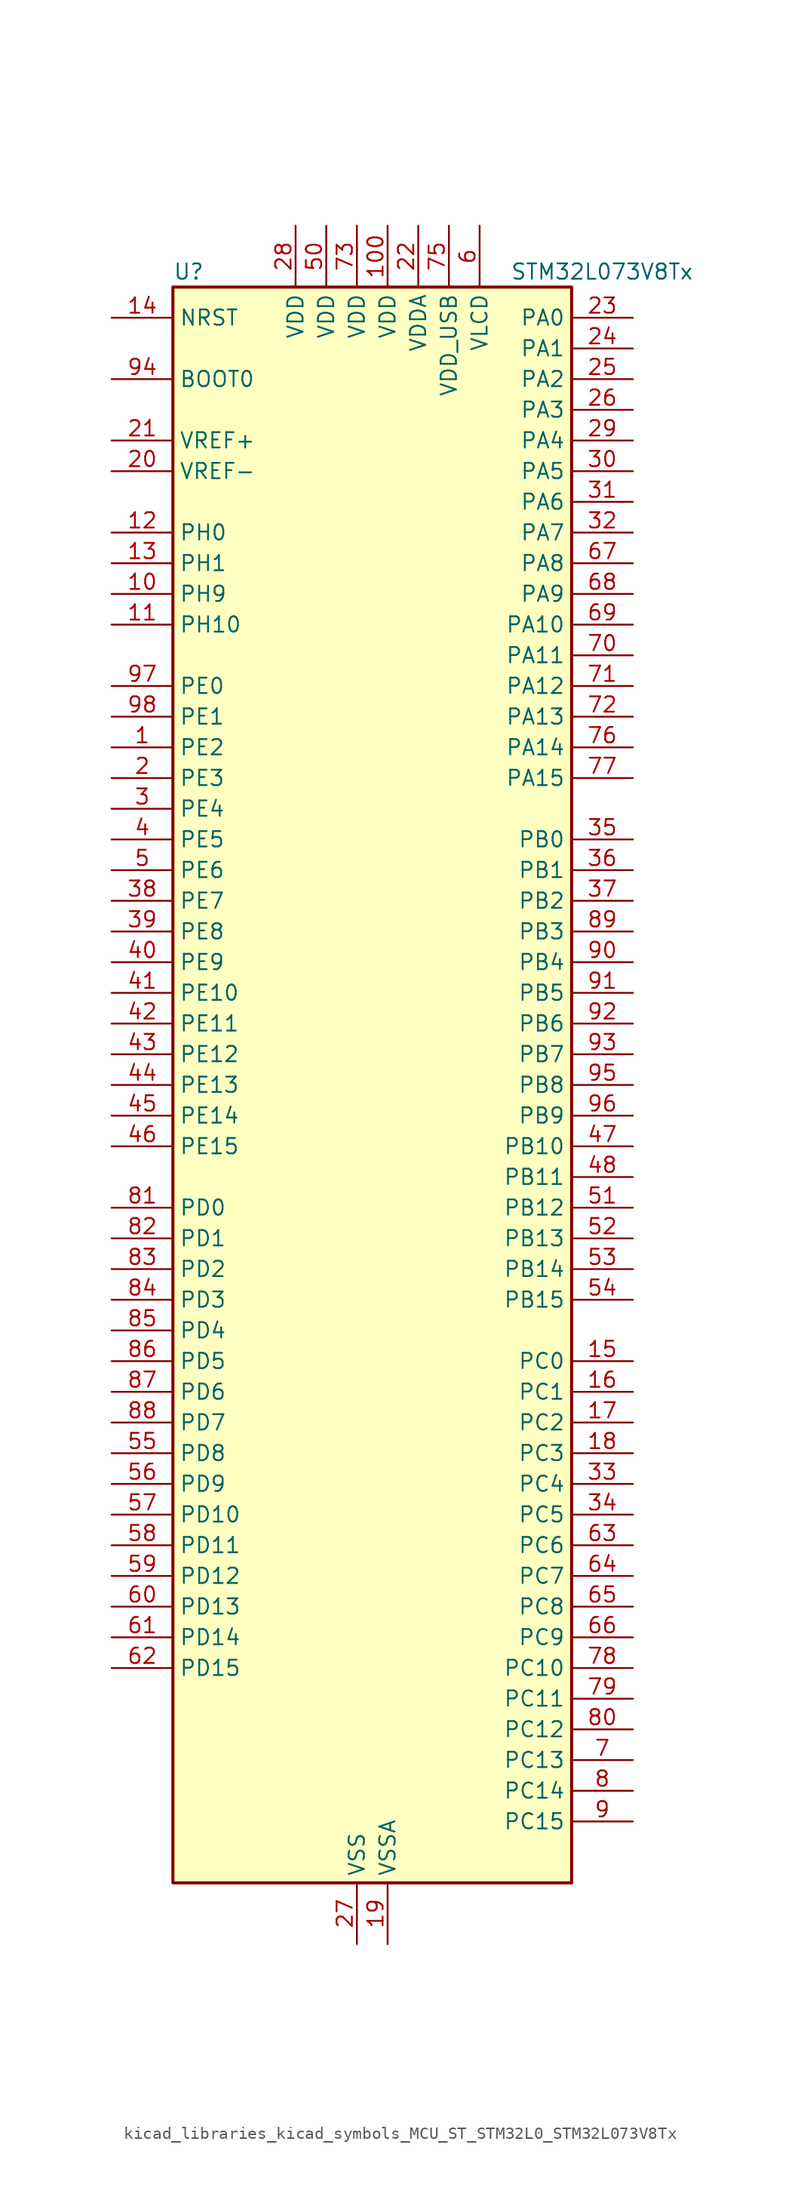
<source format=kicad_sym>
(kicad_symbol_lib
  (version 20220914)
  (generator kicad_symbol_editor)
  (symbol "kicad_libraries_kicad_symbols_MCU_ST_STM32L0_STM32L073V8Tx"
    (property "Reference" "U"
      (at -15.24 67.31 0)
      (effects (font (size 1.27 1.27)) (justify left)))
    (property "Value" "STM32L073V8Tx"
      (at 12.7 67.31 0)
      (effects (font (size 1.27 1.27)) (justify left)))
    (property "ki_locked" ""
      (at 0 0 0)
      (effects (font (size 1.27 1.27))))
    (symbol "kicad_libraries_kicad_symbols_MCU_ST_STM32L0_STM32L073V8Tx_0_1"
      (rectangle (start -15.24 -66.04) (end 17.78 66.04) (stroke (width 0.254) (type default)) (fill (type background))))
    (symbol "kicad_libraries_kicad_symbols_MCU_ST_STM32L0_STM32L073V8Tx_1_1"
      (pin bidirectional line (at -20.32 27.94 0) (length 5.08) (name "PE2" (effects (font (size 1.27 1.27)))) (number "1" (effects (font (size 1.27 1.27)))) (alternate "LCD_SEG38" bidirectional line) (alternate "TIM3_ETR" bidirectional line))
      (pin bidirectional line (at -20.32 40.64 0) (length 5.08) (name "PH9" (effects (font (size 1.27 1.27)))) (number "10" (effects (font (size 1.27 1.27)))) (alternate "DAC_EXTI9" bidirectional line))
      (pin power_in line (at 2.54 71.12 270) (length 5.08) (name "VDD" (effects (font (size 1.27 1.27)))) (number "100" (effects (font (size 1.27 1.27)))))
      (pin bidirectional line (at -20.32 38.1 0) (length 5.08) (name "PH10" (effects (font (size 1.27 1.27)))) (number "11" (effects (font (size 1.27 1.27)))))
      (pin bidirectional line (at -20.32 45.72 0) (length 5.08) (name "PH0" (effects (font (size 1.27 1.27)))) (number "12" (effects (font (size 1.27 1.27)))) (alternate "CRS_SYNC" bidirectional line) (alternate "RCC_OSC_IN" bidirectional line))
      (pin bidirectional line (at -20.32 43.18 0) (length 5.08) (name "PH1" (effects (font (size 1.27 1.27)))) (number "13" (effects (font (size 1.27 1.27)))) (alternate "RCC_OSC_OUT" bidirectional line))
      (pin input line (at -20.32 63.5 0) (length 5.08) (name "NRST" (effects (font (size 1.27 1.27)))) (number "14" (effects (font (size 1.27 1.27)))))
      (pin bidirectional line (at 22.86 -22.86 180) (length 5.08) (name "PC0" (effects (font (size 1.27 1.27)))) (number "15" (effects (font (size 1.27 1.27)))) (alternate "ADC_IN10" bidirectional line) (alternate "I2C3_SCL" bidirectional line) (alternate "LCD_SEG18" bidirectional line) (alternate "LPTIM1_IN1" bidirectional line) (alternate "LPUART1_RX" bidirectional line) (alternate "TSC_G7_IO1" bidirectional line))
      (pin bidirectional line (at 22.86 -25.4 180) (length 5.08) (name "PC1" (effects (font (size 1.27 1.27)))) (number "16" (effects (font (size 1.27 1.27)))) (alternate "ADC_IN11" bidirectional line) (alternate "I2C3_SDA" bidirectional line) (alternate "LCD_SEG19" bidirectional line) (alternate "LPTIM1_OUT" bidirectional line) (alternate "LPUART1_TX" bidirectional line) (alternate "TSC_G7_IO2" bidirectional line))
      (pin bidirectional line (at 22.86 -27.94 180) (length 5.08) (name "PC2" (effects (font (size 1.27 1.27)))) (number "17" (effects (font (size 1.27 1.27)))) (alternate "ADC_IN12" bidirectional line) (alternate "I2S2_MCK" bidirectional line) (alternate "LCD_SEG20" bidirectional line) (alternate "LPTIM1_IN2" bidirectional line) (alternate "SPI2_MISO" bidirectional line) (alternate "TSC_G7_IO3" bidirectional line))
      (pin bidirectional line (at 22.86 -30.48 180) (length 5.08) (name "PC3" (effects (font (size 1.27 1.27)))) (number "18" (effects (font (size 1.27 1.27)))) (alternate "ADC_IN13" bidirectional line) (alternate "I2S2_SD" bidirectional line) (alternate "LCD_SEG21" bidirectional line) (alternate "LPTIM1_ETR" bidirectional line) (alternate "SPI2_MOSI" bidirectional line) (alternate "TSC_G7_IO4" bidirectional line))
      (pin power_in line (at 2.54 -71.12 90) (length 5.08) (name "VSSA" (effects (font (size 1.27 1.27)))) (number "19" (effects (font (size 1.27 1.27)))))
      (pin bidirectional line (at -20.32 25.4 0) (length 5.08) (name "PE3" (effects (font (size 1.27 1.27)))) (number "2" (effects (font (size 1.27 1.27)))) (alternate "LCD_SEG39" bidirectional line) (alternate "TIM22_CH1" bidirectional line) (alternate "TIM3_CH1" bidirectional line))
      (pin input line (at -20.32 50.8 0) (length 5.08) (name "VREF-" (effects (font (size 1.27 1.27)))) (number "20" (effects (font (size 1.27 1.27)))))
      (pin input line (at -20.32 53.34 0) (length 5.08) (name "VREF+" (effects (font (size 1.27 1.27)))) (number "21" (effects (font (size 1.27 1.27)))))
      (pin power_in line (at 5.08 71.12 270) (length 5.08) (name "VDDA" (effects (font (size 1.27 1.27)))) (number "22" (effects (font (size 1.27 1.27)))))
      (pin bidirectional line (at 22.86 63.5 180) (length 5.08) (name "PA0" (effects (font (size 1.27 1.27)))) (number "23" (effects (font (size 1.27 1.27)))) (alternate "ADC_IN0" bidirectional line) (alternate "COMP1_INM" bidirectional line) (alternate "COMP1_OUT" bidirectional line) (alternate "RTC_TAMP2" bidirectional line) (alternate "SYS_WKUP1" bidirectional line) (alternate "TIM2_CH1" bidirectional line) (alternate "TIM2_ETR" bidirectional line) (alternate "TSC_G1_IO1" bidirectional line) (alternate "USART2_CTS" bidirectional line) (alternate "USART4_TX" bidirectional line))
      (pin bidirectional line (at 22.86 60.96 180) (length 5.08) (name "PA1" (effects (font (size 1.27 1.27)))) (number "24" (effects (font (size 1.27 1.27)))) (alternate "ADC_IN1" bidirectional line) (alternate "COMP1_INP" bidirectional line) (alternate "LCD_SEG0" bidirectional line) (alternate "TIM21_ETR" bidirectional line) (alternate "TIM2_CH2" bidirectional line) (alternate "TSC_G1_IO2" bidirectional line) (alternate "USART2_DE" bidirectional line) (alternate "USART2_RTS" bidirectional line) (alternate "USART4_RX" bidirectional line))
      (pin bidirectional line (at 22.86 58.42 180) (length 5.08) (name "PA2" (effects (font (size 1.27 1.27)))) (number "25" (effects (font (size 1.27 1.27)))) (alternate "ADC_IN2" bidirectional line) (alternate "COMP2_INM" bidirectional line) (alternate "COMP2_OUT" bidirectional line) (alternate "LCD_SEG1" bidirectional line) (alternate "LPUART1_TX" bidirectional line) (alternate "TIM21_CH1" bidirectional line) (alternate "TIM2_CH3" bidirectional line) (alternate "TSC_G1_IO3" bidirectional line) (alternate "USART2_TX" bidirectional line))
      (pin bidirectional line (at 22.86 55.88 180) (length 5.08) (name "PA3" (effects (font (size 1.27 1.27)))) (number "26" (effects (font (size 1.27 1.27)))) (alternate "ADC_IN3" bidirectional line) (alternate "COMP2_INP" bidirectional line) (alternate "LCD_SEG2" bidirectional line) (alternate "LPUART1_RX" bidirectional line) (alternate "TIM21_CH2" bidirectional line) (alternate "TIM2_CH4" bidirectional line) (alternate "TSC_G1_IO4" bidirectional line) (alternate "USART2_RX" bidirectional line))
      (pin power_in line (at 0 -71.12 90) (length 5.08) (name "VSS" (effects (font (size 1.27 1.27)))) (number "27" (effects (font (size 1.27 1.27)))))
      (pin power_in line (at -5.08 71.12 270) (length 5.08) (name "VDD" (effects (font (size 1.27 1.27)))) (number "28" (effects (font (size 1.27 1.27)))))
      (pin bidirectional line (at 22.86 53.34 180) (length 5.08) (name "PA4" (effects (font (size 1.27 1.27)))) (number "29" (effects (font (size 1.27 1.27)))) (alternate "ADC_IN4" bidirectional line) (alternate "COMP1_INM" bidirectional line) (alternate "COMP2_INM" bidirectional line) (alternate "DAC_OUT1" bidirectional line) (alternate "SPI1_NSS" bidirectional line) (alternate "TIM22_ETR" bidirectional line) (alternate "TSC_G2_IO1" bidirectional line) (alternate "USART2_CK" bidirectional line))
      (pin bidirectional line (at -20.32 22.86 0) (length 5.08) (name "PE4" (effects (font (size 1.27 1.27)))) (number "3" (effects (font (size 1.27 1.27)))) (alternate "TIM22_CH2" bidirectional line) (alternate "TIM3_CH2" bidirectional line))
      (pin bidirectional line (at 22.86 50.8 180) (length 5.08) (name "PA5" (effects (font (size 1.27 1.27)))) (number "30" (effects (font (size 1.27 1.27)))) (alternate "ADC_IN5" bidirectional line) (alternate "COMP1_INM" bidirectional line) (alternate "COMP2_INM" bidirectional line) (alternate "DAC_OUT2" bidirectional line) (alternate "SPI1_SCK" bidirectional line) (alternate "TIM2_CH1" bidirectional line) (alternate "TIM2_ETR" bidirectional line) (alternate "TSC_G2_IO2" bidirectional line))
      (pin bidirectional line (at 22.86 48.26 180) (length 5.08) (name "PA6" (effects (font (size 1.27 1.27)))) (number "31" (effects (font (size 1.27 1.27)))) (alternate "ADC_IN6" bidirectional line) (alternate "COMP1_OUT" bidirectional line) (alternate "LCD_SEG3" bidirectional line) (alternate "LPUART1_CTS" bidirectional line) (alternate "SPI1_MISO" bidirectional line) (alternate "TIM22_CH1" bidirectional line) (alternate "TIM3_CH1" bidirectional line) (alternate "TSC_G2_IO3" bidirectional line))
      (pin bidirectional line (at 22.86 45.72 180) (length 5.08) (name "PA7" (effects (font (size 1.27 1.27)))) (number "32" (effects (font (size 1.27 1.27)))) (alternate "ADC_IN7" bidirectional line) (alternate "COMP2_OUT" bidirectional line) (alternate "LCD_SEG4" bidirectional line) (alternate "SPI1_MOSI" bidirectional line) (alternate "TIM22_CH2" bidirectional line) (alternate "TIM3_CH2" bidirectional line) (alternate "TSC_G2_IO4" bidirectional line))
      (pin bidirectional line (at 22.86 -33.02 180) (length 5.08) (name "PC4" (effects (font (size 1.27 1.27)))) (number "33" (effects (font (size 1.27 1.27)))) (alternate "ADC_IN14" bidirectional line) (alternate "LCD_SEG22" bidirectional line) (alternate "LPUART1_TX" bidirectional line))
      (pin bidirectional line (at 22.86 -35.56 180) (length 5.08) (name "PC5" (effects (font (size 1.27 1.27)))) (number "34" (effects (font (size 1.27 1.27)))) (alternate "ADC_IN15" bidirectional line) (alternate "LCD_SEG23" bidirectional line) (alternate "LPUART1_RX" bidirectional line) (alternate "TSC_G3_IO1" bidirectional line))
      (pin bidirectional line (at 22.86 20.32 180) (length 5.08) (name "PB0" (effects (font (size 1.27 1.27)))) (number "35" (effects (font (size 1.27 1.27)))) (alternate "ADC_IN8" bidirectional line) (alternate "LCD_SEG5" bidirectional line) (alternate "LCD_VLCD3" bidirectional line) (alternate "SYS_VREF_OUT_PB0" bidirectional line) (alternate "TIM3_CH3" bidirectional line) (alternate "TSC_G3_IO2" bidirectional line))
      (pin bidirectional line (at 22.86 17.78 180) (length 5.08) (name "PB1" (effects (font (size 1.27 1.27)))) (number "36" (effects (font (size 1.27 1.27)))) (alternate "ADC_IN9" bidirectional line) (alternate "LCD_SEG6" bidirectional line) (alternate "LPUART1_DE" bidirectional line) (alternate "LPUART1_RTS" bidirectional line) (alternate "SYS_VREF_OUT_PB1" bidirectional line) (alternate "TIM3_CH4" bidirectional line) (alternate "TSC_G3_IO3" bidirectional line))
      (pin bidirectional line (at 22.86 15.24 180) (length 5.08) (name "PB2" (effects (font (size 1.27 1.27)))) (number "37" (effects (font (size 1.27 1.27)))) (alternate "I2C3_SMBA" bidirectional line) (alternate "LCD_VLCD2" bidirectional line) (alternate "LPTIM1_OUT" bidirectional line) (alternate "TSC_G3_IO4" bidirectional line))
      (pin bidirectional line (at -20.32 15.24 0) (length 5.08) (name "PE7" (effects (font (size 1.27 1.27)))) (number "38" (effects (font (size 1.27 1.27)))) (alternate "LCD_SEG45" bidirectional line) (alternate "USART5_CK" bidirectional line) (alternate "USART5_DE" bidirectional line) (alternate "USART5_RTS" bidirectional line))
      (pin bidirectional line (at -20.32 12.7 0) (length 5.08) (name "PE8" (effects (font (size 1.27 1.27)))) (number "39" (effects (font (size 1.27 1.27)))) (alternate "LCD_SEG46" bidirectional line) (alternate "USART4_TX" bidirectional line))
      (pin bidirectional line (at -20.32 20.32 0) (length 5.08) (name "PE5" (effects (font (size 1.27 1.27)))) (number "4" (effects (font (size 1.27 1.27)))) (alternate "TIM21_CH1" bidirectional line) (alternate "TIM3_CH3" bidirectional line))
      (pin bidirectional line (at -20.32 10.16 0) (length 5.08) (name "PE9" (effects (font (size 1.27 1.27)))) (number "40" (effects (font (size 1.27 1.27)))) (alternate "DAC_EXTI9" bidirectional line) (alternate "LCD_SEG47" bidirectional line) (alternate "TIM2_CH1" bidirectional line) (alternate "TIM2_ETR" bidirectional line) (alternate "USART4_RX" bidirectional line))
      (pin bidirectional line (at -20.32 7.62 0) (length 5.08) (name "PE10" (effects (font (size 1.27 1.27)))) (number "41" (effects (font (size 1.27 1.27)))) (alternate "LCD_SEG40" bidirectional line) (alternate "TIM2_CH2" bidirectional line) (alternate "USART5_TX" bidirectional line))
      (pin bidirectional line (at -20.32 5.08 0) (length 5.08) (name "PE11" (effects (font (size 1.27 1.27)))) (number "42" (effects (font (size 1.27 1.27)))) (alternate "ADC_EXTI11" bidirectional line) (alternate "LCD_VLCD1" bidirectional line) (alternate "TIM2_CH3" bidirectional line) (alternate "USART5_RX" bidirectional line))
      (pin bidirectional line (at -20.32 2.54 0) (length 5.08) (name "PE12" (effects (font (size 1.27 1.27)))) (number "43" (effects (font (size 1.27 1.27)))) (alternate "LCD_VLCD3" bidirectional line) (alternate "SPI1_NSS" bidirectional line) (alternate "TIM2_CH4" bidirectional line))
      (pin bidirectional line (at -20.32 0 0) (length 5.08) (name "PE13" (effects (font (size 1.27 1.27)))) (number "44" (effects (font (size 1.27 1.27)))) (alternate "LCD_SEG41" bidirectional line) (alternate "SPI1_SCK" bidirectional line))
      (pin bidirectional line (at -20.32 -2.54 0) (length 5.08) (name "PE14" (effects (font (size 1.27 1.27)))) (number "45" (effects (font (size 1.27 1.27)))) (alternate "LCD_SEG42" bidirectional line) (alternate "SPI1_MISO" bidirectional line))
      (pin bidirectional line (at -20.32 -5.08 0) (length 5.08) (name "PE15" (effects (font (size 1.27 1.27)))) (number "46" (effects (font (size 1.27 1.27)))) (alternate "LCD_SEG43" bidirectional line) (alternate "SPI1_MOSI" bidirectional line))
      (pin bidirectional line (at 22.86 -5.08 180) (length 5.08) (name "PB10" (effects (font (size 1.27 1.27)))) (number "47" (effects (font (size 1.27 1.27)))) (alternate "I2C2_SCL" bidirectional line) (alternate "LCD_SEG10" bidirectional line) (alternate "LPUART1_RX" bidirectional line) (alternate "LPUART1_TX" bidirectional line) (alternate "SPI2_SCK" bidirectional line) (alternate "TIM2_CH3" bidirectional line) (alternate "TSC_SYNC" bidirectional line))
      (pin bidirectional line (at 22.86 -7.62 180) (length 5.08) (name "PB11" (effects (font (size 1.27 1.27)))) (number "48" (effects (font (size 1.27 1.27)))) (alternate "ADC_EXTI11" bidirectional line) (alternate "I2C2_SDA" bidirectional line) (alternate "LCD_SEG11" bidirectional line) (alternate "LPUART1_RX" bidirectional line) (alternate "LPUART1_TX" bidirectional line) (alternate "TIM2_CH4" bidirectional line) (alternate "TSC_G6_IO1" bidirectional line))
      (pin passive line (at 0 -71.12 90) (length 5.08) hide (name "VSS" (effects (font (size 1.27 1.27)))) (number "49" (effects (font (size 1.27 1.27)))))
      (pin bidirectional line (at -20.32 17.78 0) (length 5.08) (name "PE6" (effects (font (size 1.27 1.27)))) (number "5" (effects (font (size 1.27 1.27)))) (alternate "RTC_TAMP3" bidirectional line) (alternate "SYS_WKUP3" bidirectional line) (alternate "TIM21_CH2" bidirectional line) (alternate "TIM3_CH4" bidirectional line))
      (pin power_in line (at -2.54 71.12 270) (length 5.08) (name "VDD" (effects (font (size 1.27 1.27)))) (number "50" (effects (font (size 1.27 1.27)))))
      (pin bidirectional line (at 22.86 -10.16 180) (length 5.08) (name "PB12" (effects (font (size 1.27 1.27)))) (number "51" (effects (font (size 1.27 1.27)))) (alternate "I2S2_WS" bidirectional line) (alternate "LCD_SEG12" bidirectional line) (alternate "LCD_VLCD2" bidirectional line) (alternate "LPUART1_DE" bidirectional line) (alternate "LPUART1_RTS" bidirectional line) (alternate "SPI2_NSS" bidirectional line) (alternate "TSC_G6_IO2" bidirectional line))
      (pin bidirectional line (at 22.86 -12.7 180) (length 5.08) (name "PB13" (effects (font (size 1.27 1.27)))) (number "52" (effects (font (size 1.27 1.27)))) (alternate "I2C2_SCL" bidirectional line) (alternate "I2S2_CK" bidirectional line) (alternate "LCD_SEG13" bidirectional line) (alternate "LPUART1_CTS" bidirectional line) (alternate "RCC_MCO" bidirectional line) (alternate "SPI2_SCK" bidirectional line) (alternate "TIM21_CH1" bidirectional line) (alternate "TSC_G6_IO3" bidirectional line))
      (pin bidirectional line (at 22.86 -15.24 180) (length 5.08) (name "PB14" (effects (font (size 1.27 1.27)))) (number "53" (effects (font (size 1.27 1.27)))) (alternate "I2C2_SDA" bidirectional line) (alternate "I2S2_MCK" bidirectional line) (alternate "LCD_SEG14" bidirectional line) (alternate "LPUART1_DE" bidirectional line) (alternate "LPUART1_RTS" bidirectional line) (alternate "RTC_OUT_ALARM" bidirectional line) (alternate "RTC_OUT_CALIB" bidirectional line) (alternate "SPI2_MISO" bidirectional line) (alternate "TIM21_CH2" bidirectional line) (alternate "TSC_G6_IO4" bidirectional line))
      (pin bidirectional line (at 22.86 -17.78 180) (length 5.08) (name "PB15" (effects (font (size 1.27 1.27)))) (number "54" (effects (font (size 1.27 1.27)))) (alternate "I2S2_SD" bidirectional line) (alternate "LCD_SEG15" bidirectional line) (alternate "RTC_REFIN" bidirectional line) (alternate "SPI2_MOSI" bidirectional line))
      (pin bidirectional line (at -20.32 -30.48 0) (length 5.08) (name "PD8" (effects (font (size 1.27 1.27)))) (number "55" (effects (font (size 1.27 1.27)))) (alternate "LCD_SEG28" bidirectional line) (alternate "LPUART1_TX" bidirectional line))
      (pin bidirectional line (at -20.32 -33.02 0) (length 5.08) (name "PD9" (effects (font (size 1.27 1.27)))) (number "56" (effects (font (size 1.27 1.27)))) (alternate "DAC_EXTI9" bidirectional line) (alternate "LCD_SEG29" bidirectional line) (alternate "LPUART1_RX" bidirectional line))
      (pin bidirectional line (at -20.32 -35.56 0) (length 5.08) (name "PD10" (effects (font (size 1.27 1.27)))) (number "57" (effects (font (size 1.27 1.27)))) (alternate "LCD_SEG30" bidirectional line))
      (pin bidirectional line (at -20.32 -38.1 0) (length 5.08) (name "PD11" (effects (font (size 1.27 1.27)))) (number "58" (effects (font (size 1.27 1.27)))) (alternate "ADC_EXTI11" bidirectional line) (alternate "LCD_SEG31" bidirectional line) (alternate "LPUART1_CTS" bidirectional line))
      (pin bidirectional line (at -20.32 -40.64 0) (length 5.08) (name "PD12" (effects (font (size 1.27 1.27)))) (number "59" (effects (font (size 1.27 1.27)))) (alternate "LCD_SEG32" bidirectional line) (alternate "LPUART1_DE" bidirectional line) (alternate "LPUART1_RTS" bidirectional line))
      (pin power_in line (at 10.16 71.12 270) (length 5.08) (name "VLCD" (effects (font (size 1.27 1.27)))) (number "6" (effects (font (size 1.27 1.27)))))
      (pin bidirectional line (at -20.32 -43.18 0) (length 5.08) (name "PD13" (effects (font (size 1.27 1.27)))) (number "60" (effects (font (size 1.27 1.27)))) (alternate "LCD_SEG33" bidirectional line))
      (pin bidirectional line (at -20.32 -45.72 0) (length 5.08) (name "PD14" (effects (font (size 1.27 1.27)))) (number "61" (effects (font (size 1.27 1.27)))) (alternate "LCD_SEG34" bidirectional line))
      (pin bidirectional line (at -20.32 -48.26 0) (length 5.08) (name "PD15" (effects (font (size 1.27 1.27)))) (number "62" (effects (font (size 1.27 1.27)))) (alternate "CRS_SYNC" bidirectional line) (alternate "LCD_SEG35" bidirectional line))
      (pin bidirectional line (at 22.86 -38.1 180) (length 5.08) (name "PC6" (effects (font (size 1.27 1.27)))) (number "63" (effects (font (size 1.27 1.27)))) (alternate "LCD_SEG24" bidirectional line) (alternate "TIM22_CH1" bidirectional line) (alternate "TIM3_CH1" bidirectional line) (alternate "TSC_G8_IO1" bidirectional line))
      (pin bidirectional line (at 22.86 -40.64 180) (length 5.08) (name "PC7" (effects (font (size 1.27 1.27)))) (number "64" (effects (font (size 1.27 1.27)))) (alternate "LCD_SEG25" bidirectional line) (alternate "TIM22_CH2" bidirectional line) (alternate "TIM3_CH2" bidirectional line) (alternate "TSC_G8_IO2" bidirectional line))
      (pin bidirectional line (at 22.86 -43.18 180) (length 5.08) (name "PC8" (effects (font (size 1.27 1.27)))) (number "65" (effects (font (size 1.27 1.27)))) (alternate "LCD_SEG26" bidirectional line) (alternate "TIM22_ETR" bidirectional line) (alternate "TIM3_CH3" bidirectional line) (alternate "TSC_G8_IO3" bidirectional line))
      (pin bidirectional line (at 22.86 -45.72 180) (length 5.08) (name "PC9" (effects (font (size 1.27 1.27)))) (number "66" (effects (font (size 1.27 1.27)))) (alternate "DAC_EXTI9" bidirectional line) (alternate "I2C3_SDA" bidirectional line) (alternate "LCD_SEG27" bidirectional line) (alternate "TIM21_ETR" bidirectional line) (alternate "TIM3_CH4" bidirectional line) (alternate "TSC_G8_IO4" bidirectional line) (alternate "USB_NOE" bidirectional line))
      (pin bidirectional line (at 22.86 43.18 180) (length 5.08) (name "PA8" (effects (font (size 1.27 1.27)))) (number "67" (effects (font (size 1.27 1.27)))) (alternate "CRS_SYNC" bidirectional line) (alternate "I2C3_SCL" bidirectional line) (alternate "LCD_COM0" bidirectional line) (alternate "RCC_MCO" bidirectional line) (alternate "USART1_CK" bidirectional line))
      (pin bidirectional line (at 22.86 40.64 180) (length 5.08) (name "PA9" (effects (font (size 1.27 1.27)))) (number "68" (effects (font (size 1.27 1.27)))) (alternate "DAC_EXTI9" bidirectional line) (alternate "I2C1_SCL" bidirectional line) (alternate "I2C3_SMBA" bidirectional line) (alternate "LCD_COM1" bidirectional line) (alternate "RCC_MCO" bidirectional line) (alternate "TSC_G4_IO1" bidirectional line) (alternate "USART1_TX" bidirectional line))
      (pin bidirectional line (at 22.86 38.1 180) (length 5.08) (name "PA10" (effects (font (size 1.27 1.27)))) (number "69" (effects (font (size 1.27 1.27)))) (alternate "I2C1_SDA" bidirectional line) (alternate "LCD_COM2" bidirectional line) (alternate "TSC_G4_IO2" bidirectional line) (alternate "USART1_RX" bidirectional line))
      (pin bidirectional line (at 22.86 -55.88 180) (length 5.08) (name "PC13" (effects (font (size 1.27 1.27)))) (number "7" (effects (font (size 1.27 1.27)))) (alternate "RTC_OUT_ALARM" bidirectional line) (alternate "RTC_OUT_CALIB" bidirectional line) (alternate "RTC_TAMP1" bidirectional line) (alternate "RTC_TS" bidirectional line) (alternate "SYS_WKUP2" bidirectional line))
      (pin bidirectional line (at 22.86 35.56 180) (length 5.08) (name "PA11" (effects (font (size 1.27 1.27)))) (number "70" (effects (font (size 1.27 1.27)))) (alternate "ADC_EXTI11" bidirectional line) (alternate "COMP1_OUT" bidirectional line) (alternate "SPI1_MISO" bidirectional line) (alternate "TSC_G4_IO3" bidirectional line) (alternate "USART1_CTS" bidirectional line) (alternate "USB_DM" bidirectional line))
      (pin bidirectional line (at 22.86 33.02 180) (length 5.08) (name "PA12" (effects (font (size 1.27 1.27)))) (number "71" (effects (font (size 1.27 1.27)))) (alternate "COMP2_OUT" bidirectional line) (alternate "SPI1_MOSI" bidirectional line) (alternate "TSC_G4_IO4" bidirectional line) (alternate "USART1_DE" bidirectional line) (alternate "USART1_RTS" bidirectional line) (alternate "USB_DP" bidirectional line))
      (pin bidirectional line (at 22.86 30.48 180) (length 5.08) (name "PA13" (effects (font (size 1.27 1.27)))) (number "72" (effects (font (size 1.27 1.27)))) (alternate "LPUART1_RX" bidirectional line) (alternate "SYS_SWDIO" bidirectional line) (alternate "USB_NOE" bidirectional line))
      (pin power_in line (at 0 71.12 270) (length 5.08) (name "VDD" (effects (font (size 1.27 1.27)))) (number "73" (effects (font (size 1.27 1.27)))))
      (pin passive line (at 0 -71.12 90) (length 5.08) hide (name "VSS" (effects (font (size 1.27 1.27)))) (number "74" (effects (font (size 1.27 1.27)))))
      (pin power_in line (at 7.62 71.12 270) (length 5.08) (name "VDD_USB" (effects (font (size 1.27 1.27)))) (number "75" (effects (font (size 1.27 1.27)))))
      (pin bidirectional line (at 22.86 27.94 180) (length 5.08) (name "PA14" (effects (font (size 1.27 1.27)))) (number "76" (effects (font (size 1.27 1.27)))) (alternate "LPUART1_TX" bidirectional line) (alternate "SYS_SWCLK" bidirectional line) (alternate "USART2_TX" bidirectional line))
      (pin bidirectional line (at 22.86 25.4 180) (length 5.08) (name "PA15" (effects (font (size 1.27 1.27)))) (number "77" (effects (font (size 1.27 1.27)))) (alternate "LCD_SEG17" bidirectional line) (alternate "SPI1_NSS" bidirectional line) (alternate "TIM2_CH1" bidirectional line) (alternate "TIM2_ETR" bidirectional line) (alternate "USART2_RX" bidirectional line) (alternate "USART4_DE" bidirectional line) (alternate "USART4_RTS" bidirectional line))
      (pin bidirectional line (at 22.86 -48.26 180) (length 5.08) (name "PC10" (effects (font (size 1.27 1.27)))) (number "78" (effects (font (size 1.27 1.27)))) (alternate "LCD_COM4" bidirectional line) (alternate "LCD_SEG28" bidirectional line) (alternate "LCD_SEG48" bidirectional line) (alternate "LPUART1_TX" bidirectional line) (alternate "USART4_TX" bidirectional line))
      (pin bidirectional line (at 22.86 -50.8 180) (length 5.08) (name "PC11" (effects (font (size 1.27 1.27)))) (number "79" (effects (font (size 1.27 1.27)))) (alternate "ADC_EXTI11" bidirectional line) (alternate "LCD_COM5" bidirectional line) (alternate "LCD_SEG29" bidirectional line) (alternate "LCD_SEG49" bidirectional line) (alternate "LPUART1_RX" bidirectional line) (alternate "USART4_RX" bidirectional line))
      (pin bidirectional line (at 22.86 -58.42 180) (length 5.08) (name "PC14" (effects (font (size 1.27 1.27)))) (number "8" (effects (font (size 1.27 1.27)))) (alternate "RCC_OSC32_IN" bidirectional line))
      (pin bidirectional line (at 22.86 -53.34 180) (length 5.08) (name "PC12" (effects (font (size 1.27 1.27)))) (number "80" (effects (font (size 1.27 1.27)))) (alternate "LCD_COM6" bidirectional line) (alternate "LCD_SEG30" bidirectional line) (alternate "LCD_SEG50" bidirectional line) (alternate "USART4_CK" bidirectional line) (alternate "USART5_TX" bidirectional line))
      (pin bidirectional line (at -20.32 -10.16 0) (length 5.08) (name "PD0" (effects (font (size 1.27 1.27)))) (number "81" (effects (font (size 1.27 1.27)))) (alternate "I2S2_WS" bidirectional line) (alternate "SPI2_NSS" bidirectional line) (alternate "TIM21_CH1" bidirectional line))
      (pin bidirectional line (at -20.32 -12.7 0) (length 5.08) (name "PD1" (effects (font (size 1.27 1.27)))) (number "82" (effects (font (size 1.27 1.27)))) (alternate "I2S2_CK" bidirectional line) (alternate "SPI2_SCK" bidirectional line))
      (pin bidirectional line (at -20.32 -15.24 0) (length 5.08) (name "PD2" (effects (font (size 1.27 1.27)))) (number "83" (effects (font (size 1.27 1.27)))) (alternate "LCD_COM7" bidirectional line) (alternate "LCD_SEG31" bidirectional line) (alternate "LCD_SEG51" bidirectional line) (alternate "LPUART1_DE" bidirectional line) (alternate "LPUART1_RTS" bidirectional line) (alternate "TIM3_ETR" bidirectional line) (alternate "USART5_RX" bidirectional line))
      (pin bidirectional line (at -20.32 -17.78 0) (length 5.08) (name "PD3" (effects (font (size 1.27 1.27)))) (number "84" (effects (font (size 1.27 1.27)))) (alternate "I2S2_MCK" bidirectional line) (alternate "LCD_SEG44" bidirectional line) (alternate "SPI2_MISO" bidirectional line) (alternate "USART2_CTS" bidirectional line))
      (pin bidirectional line (at -20.32 -20.32 0) (length 5.08) (name "PD4" (effects (font (size 1.27 1.27)))) (number "85" (effects (font (size 1.27 1.27)))) (alternate "I2S2_SD" bidirectional line) (alternate "SPI2_MOSI" bidirectional line) (alternate "USART2_DE" bidirectional line) (alternate "USART2_RTS" bidirectional line))
      (pin bidirectional line (at -20.32 -22.86 0) (length 5.08) (name "PD5" (effects (font (size 1.27 1.27)))) (number "86" (effects (font (size 1.27 1.27)))) (alternate "USART2_TX" bidirectional line))
      (pin bidirectional line (at -20.32 -25.4 0) (length 5.08) (name "PD6" (effects (font (size 1.27 1.27)))) (number "87" (effects (font (size 1.27 1.27)))) (alternate "USART2_RX" bidirectional line))
      (pin bidirectional line (at -20.32 -27.94 0) (length 5.08) (name "PD7" (effects (font (size 1.27 1.27)))) (number "88" (effects (font (size 1.27 1.27)))) (alternate "TIM21_CH2" bidirectional line) (alternate "USART2_CK" bidirectional line))
      (pin bidirectional line (at 22.86 12.7 180) (length 5.08) (name "PB3" (effects (font (size 1.27 1.27)))) (number "89" (effects (font (size 1.27 1.27)))) (alternate "COMP2_INM" bidirectional line) (alternate "LCD_SEG7" bidirectional line) (alternate "SPI1_SCK" bidirectional line) (alternate "TIM2_CH2" bidirectional line) (alternate "TSC_G5_IO1" bidirectional line) (alternate "USART1_DE" bidirectional line) (alternate "USART1_RTS" bidirectional line) (alternate "USART5_TX" bidirectional line))
      (pin bidirectional line (at 22.86 -60.96 180) (length 5.08) (name "PC15" (effects (font (size 1.27 1.27)))) (number "9" (effects (font (size 1.27 1.27)))) (alternate "RCC_OSC32_OUT" bidirectional line))
      (pin bidirectional line (at 22.86 10.16 180) (length 5.08) (name "PB4" (effects (font (size 1.27 1.27)))) (number "90" (effects (font (size 1.27 1.27)))) (alternate "COMP2_INP" bidirectional line) (alternate "I2C3_SDA" bidirectional line) (alternate "LCD_SEG8" bidirectional line) (alternate "SPI1_MISO" bidirectional line) (alternate "TIM22_CH1" bidirectional line) (alternate "TIM3_CH1" bidirectional line) (alternate "TSC_G5_IO2" bidirectional line) (alternate "USART1_CTS" bidirectional line) (alternate "USART5_RX" bidirectional line))
      (pin bidirectional line (at 22.86 7.62 180) (length 5.08) (name "PB5" (effects (font (size 1.27 1.27)))) (number "91" (effects (font (size 1.27 1.27)))) (alternate "COMP2_INP" bidirectional line) (alternate "I2C1_SMBA" bidirectional line) (alternate "LCD_SEG9" bidirectional line) (alternate "LPTIM1_IN1" bidirectional line) (alternate "SPI1_MOSI" bidirectional line) (alternate "TIM22_CH2" bidirectional line) (alternate "TIM3_CH2" bidirectional line) (alternate "USART1_CK" bidirectional line) (alternate "USART5_CK" bidirectional line) (alternate "USART5_DE" bidirectional line) (alternate "USART5_RTS" bidirectional line))
      (pin bidirectional line (at 22.86 5.08 180) (length 5.08) (name "PB6" (effects (font (size 1.27 1.27)))) (number "92" (effects (font (size 1.27 1.27)))) (alternate "COMP2_INP" bidirectional line) (alternate "I2C1_SCL" bidirectional line) (alternate "LPTIM1_ETR" bidirectional line) (alternate "TSC_G5_IO3" bidirectional line) (alternate "USART1_TX" bidirectional line))
      (pin bidirectional line (at 22.86 2.54 180) (length 5.08) (name "PB7" (effects (font (size 1.27 1.27)))) (number "93" (effects (font (size 1.27 1.27)))) (alternate "COMP2_INP" bidirectional line) (alternate "I2C1_SDA" bidirectional line) (alternate "LPTIM1_IN2" bidirectional line) (alternate "SYS_PVD_IN" bidirectional line) (alternate "TSC_G5_IO4" bidirectional line) (alternate "USART1_RX" bidirectional line) (alternate "USART4_CTS" bidirectional line))
      (pin input line (at -20.32 58.42 0) (length 5.08) (name "BOOT0" (effects (font (size 1.27 1.27)))) (number "94" (effects (font (size 1.27 1.27)))))
      (pin bidirectional line (at 22.86 0 180) (length 5.08) (name "PB8" (effects (font (size 1.27 1.27)))) (number "95" (effects (font (size 1.27 1.27)))) (alternate "I2C1_SCL" bidirectional line) (alternate "LCD_SEG16" bidirectional line) (alternate "TSC_SYNC" bidirectional line))
      (pin bidirectional line (at 22.86 -2.54 180) (length 5.08) (name "PB9" (effects (font (size 1.27 1.27)))) (number "96" (effects (font (size 1.27 1.27)))) (alternate "DAC_EXTI9" bidirectional line) (alternate "I2C1_SDA" bidirectional line) (alternate "I2S2_WS" bidirectional line) (alternate "LCD_COM3" bidirectional line) (alternate "SPI2_NSS" bidirectional line))
      (pin bidirectional line (at -20.32 33.02 0) (length 5.08) (name "PE0" (effects (font (size 1.27 1.27)))) (number "97" (effects (font (size 1.27 1.27)))) (alternate "LCD_SEG36" bidirectional line))
      (pin bidirectional line (at -20.32 30.48 0) (length 5.08) (name "PE1" (effects (font (size 1.27 1.27)))) (number "98" (effects (font (size 1.27 1.27)))) (alternate "LCD_SEG37" bidirectional line))
      (pin passive line (at 0 -71.12 90) (length 5.08) hide (name "VSS" (effects (font (size 1.27 1.27)))) (number "99" (effects (font (size 1.27 1.27))))))))
</source>
